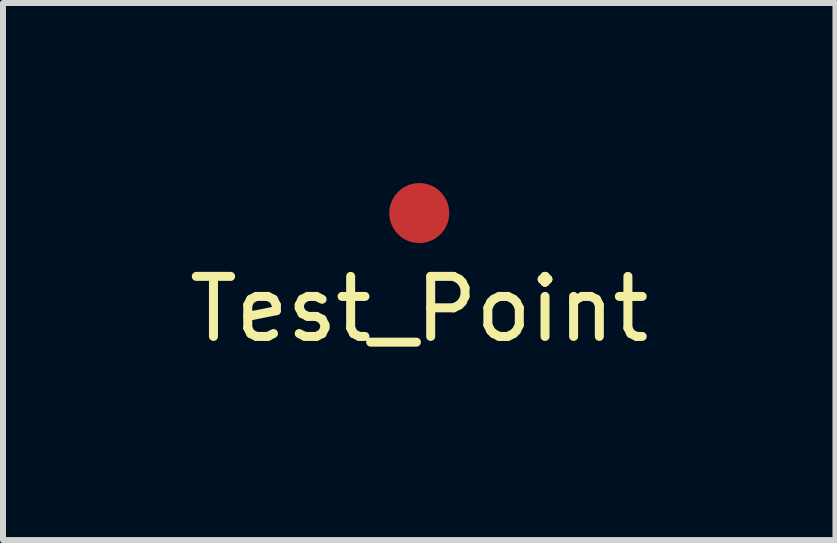
<source format=kicad_pcb>
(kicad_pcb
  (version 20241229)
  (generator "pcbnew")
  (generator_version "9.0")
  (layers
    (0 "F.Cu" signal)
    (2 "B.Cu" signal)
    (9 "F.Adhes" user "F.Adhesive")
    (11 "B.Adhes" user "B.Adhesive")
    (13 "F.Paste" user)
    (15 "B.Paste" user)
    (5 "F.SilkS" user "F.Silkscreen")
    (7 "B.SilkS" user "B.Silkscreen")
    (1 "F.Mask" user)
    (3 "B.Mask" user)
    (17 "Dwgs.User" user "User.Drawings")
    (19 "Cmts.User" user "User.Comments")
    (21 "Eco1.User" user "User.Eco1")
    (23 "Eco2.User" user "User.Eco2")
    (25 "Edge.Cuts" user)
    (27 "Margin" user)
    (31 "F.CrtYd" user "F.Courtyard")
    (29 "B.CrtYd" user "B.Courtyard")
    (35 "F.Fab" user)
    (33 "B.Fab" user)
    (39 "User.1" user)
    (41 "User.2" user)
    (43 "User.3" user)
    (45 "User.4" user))
  (footprint "Test_Point"
    (layer "F.Cu")
    (at 3.935 0.5)
    (property "Reference" "Test_Point" (at 0 1.6 0) (layer "F.SilkS") (effects (font (size 1 1) (thickness 0.15))))
    (attr through_hole)
    (pad "1" smd circle (at 0 0) (size 1 1) (layers "F.Cu" "F.Mask" "F.Paste")))
  (gr_rect
    (start -3 -3)
    (end 10.869 5.948)
    (stroke (width 0.1) (type default))
    (fill no)
    (layer "Edge.Cuts")))
</source>
